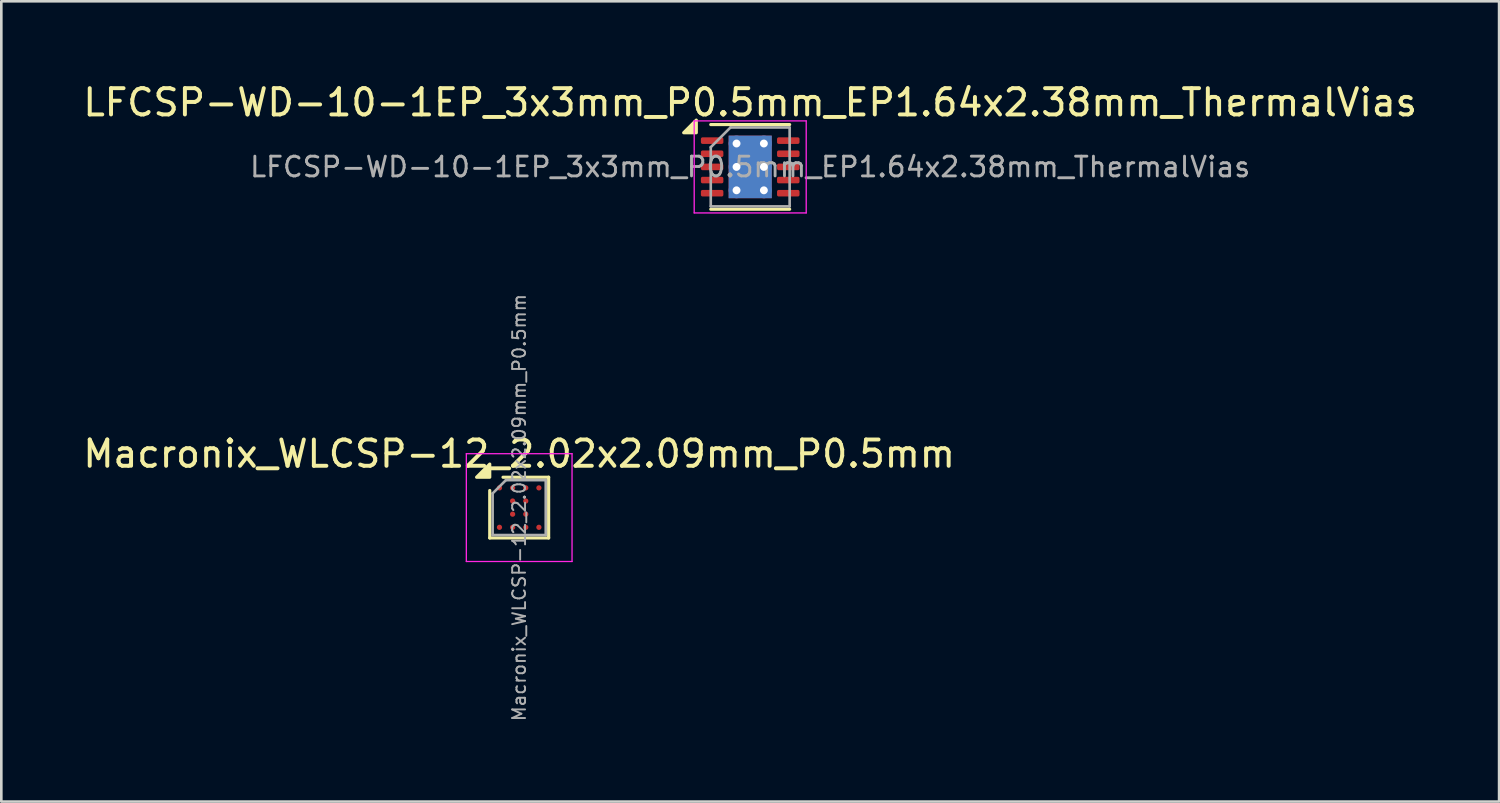
<source format=kicad_pcb>
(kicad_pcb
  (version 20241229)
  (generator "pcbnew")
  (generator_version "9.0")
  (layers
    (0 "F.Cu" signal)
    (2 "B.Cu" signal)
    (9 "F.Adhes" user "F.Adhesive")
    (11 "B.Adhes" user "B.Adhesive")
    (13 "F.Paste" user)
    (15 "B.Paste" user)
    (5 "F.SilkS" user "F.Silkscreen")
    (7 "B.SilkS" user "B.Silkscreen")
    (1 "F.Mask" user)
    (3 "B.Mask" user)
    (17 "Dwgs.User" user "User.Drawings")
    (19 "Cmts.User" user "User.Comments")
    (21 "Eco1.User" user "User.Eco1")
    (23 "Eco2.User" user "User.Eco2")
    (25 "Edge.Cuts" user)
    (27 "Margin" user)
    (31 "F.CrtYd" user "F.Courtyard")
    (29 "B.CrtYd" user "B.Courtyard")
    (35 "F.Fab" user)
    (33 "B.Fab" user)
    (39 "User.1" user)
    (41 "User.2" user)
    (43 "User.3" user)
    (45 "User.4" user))
  (footprint "Macronix_WLCSP-12_2.02x2.09mm_P0.5mm"
    (layer "F.Cu")
    (at 16.696 16.255)
    (property "Reference" "Macronix_WLCSP-12_2.02x2.09mm_P0.5mm" (at 0 -2.045 0) (layer "F.SilkS") (effects (font (size 1 1) (thickness 0.15))))
    (attr smd)
    (fp_line (start -1.12 1.155) (end -1.12 -0.65) (stroke (width 0.12) (type solid)) (layer "F.SilkS"))
    (fp_line (start -0.615 -1.155) (end 1.12 -1.155) (stroke (width 0.12) (type solid)) (layer "F.SilkS"))
    (fp_line (start 1.12 -1.155) (end 1.12 1.155) (stroke (width 0.12) (type solid)) (layer "F.SilkS"))
    (fp_line (start 1.12 1.155) (end -1.12 1.155) (stroke (width 0.12) (type solid)) (layer "F.SilkS"))
    (fp_poly (pts (xy -1.12 -1.155) (xy -1.62 -1.155) (xy -1.12 -1.655) (xy -1.12 -1.155)) (stroke (width 0.12) (type solid)) (fill yes) (layer "F.SilkS"))
    (fp_line (start -2.01 -2.05) (end -2.01 2.05) (stroke (width 0.05) (type solid)) (layer "F.CrtYd"))
    (fp_line (start -2.01 2.05) (end 2.01 2.05) (stroke (width 0.05) (type solid)) (layer "F.CrtYd"))
    (fp_line (start 2.01 -2.05) (end -2.01 -2.05) (stroke (width 0.05) (type solid)) (layer "F.CrtYd"))
    (fp_line (start 2.01 2.05) (end 2.01 -2.05) (stroke (width 0.05) (type solid)) (layer "F.CrtYd"))
    (fp_line (start -1.01 -0.54) (end -0.505 -1.045) (stroke (width 0.1) (type solid)) (layer "F.Fab"))
    (fp_line (start -1.01 1.045) (end -1.01 -0.54) (stroke (width 0.1) (type solid)) (layer "F.Fab"))
    (fp_line (start -0.505 -1.045) (end 1.01 -1.045) (stroke (width 0.1) (type solid)) (layer "F.Fab"))
    (fp_line (start 1.01 -1.045) (end 1.01 1.045) (stroke (width 0.1) (type solid)) (layer "F.Fab"))
    (fp_line (start 1.01 1.045) (end -1.01 1.045) (stroke (width 0.1) (type solid)) (layer "F.Fab"))
    (fp_text user "${REFERENCE}" (at 0 0 270) (layer "F.Fab") (effects (font (size 0.49 0.49) (thickness 0.073))))
    (pad "A1" smd circle (at -0.75 -0.75) (size 0.2 0.2) (property pad_prop_bga) (layers "F.Cu" "F.Mask" "F.Paste"))
    (pad "A2" smd circle (at -0.25 -0.75) (size 0.2 0.2) (property pad_prop_bga) (layers "F.Cu" "F.Mask" "F.Paste"))
    (pad "A3" smd circle (at 0.25 -0.75) (size 0.2 0.2) (property pad_prop_bga) (layers "F.Cu" "F.Mask" "F.Paste"))
    (pad "A4" smd circle (at 0.75 -0.75) (size 0.2 0.2) (property pad_prop_bga) (layers "F.Cu" "F.Mask" "F.Paste"))
    (pad "B2" smd circle (at -0.25 -0.25) (size 0.2 0.2) (property pad_prop_bga) (layers "F.Cu" "F.Mask" "F.Paste"))
    (pad "B3" smd circle (at 0.25 -0.25) (size 0.2 0.2) (property pad_prop_bga) (layers "F.Cu" "F.Mask" "F.Paste"))
    (pad "C2" smd circle (at -0.25 0.25) (size 0.2 0.2) (property pad_prop_bga) (layers "F.Cu" "F.Mask" "F.Paste"))
    (pad "C3" smd circle (at 0.25 0.25) (size 0.2 0.2) (property pad_prop_bga) (layers "F.Cu" "F.Mask" "F.Paste"))
    (pad "D1" smd circle (at -0.75 0.75) (size 0.2 0.2) (property pad_prop_bga) (layers "F.Cu" "F.Mask" "F.Paste"))
    (pad "D2" smd circle (at -0.25 0.75) (size 0.2 0.2) (property pad_prop_bga) (layers "F.Cu" "F.Mask" "F.Paste"))
    (pad "D3" smd circle (at 0.25 0.75) (size 0.2 0.2) (property pad_prop_bga) (layers "F.Cu" "F.Mask" "F.Paste"))
    (pad "D4" smd circle (at 0.75 0.75) (size 0.2 0.2) (property pad_prop_bga) (layers "F.Cu" "F.Mask" "F.Paste")))
  (footprint "LFCSP-WD-10-1EP_3x3mm_P0.5mm_EP1.64x2.38mm_ThermalVias"
    (layer "F.Cu")
    (at 25.482 3.298)
    (property "Reference" "LFCSP-WD-10-1EP_3x3mm_P0.5mm_EP1.64x2.38mm_ThermalVias" (at 0 -2.45 0) (layer "F.SilkS") (effects (font (size 1 1) (thickness 0.15))))
    (attr smd)
    (fp_line (start -1.5 -1.61) (end 1.5 -1.61) (stroke (width 0.12) (type solid)) (layer "F.SilkS"))
    (fp_line (start -1.5 1.61) (end 1.5 1.61) (stroke (width 0.12) (type solid)) (layer "F.SilkS"))
    (fp_poly (pts (xy -2.05 -1.3) (xy -2.53 -1.3) (xy -2.05 -1.78) (xy -2.05 -1.3)) (stroke (width 0.12) (type solid)) (fill yes) (layer "F.SilkS"))
    (fp_line (start -2.13 -1.75) (end -2.13 1.75) (stroke (width 0.05) (type solid)) (layer "F.CrtYd"))
    (fp_line (start -2.13 1.75) (end 2.13 1.75) (stroke (width 0.05) (type solid)) (layer "F.CrtYd"))
    (fp_line (start 2.13 -1.75) (end -2.13 -1.75) (stroke (width 0.05) (type solid)) (layer "F.CrtYd"))
    (fp_line (start 2.13 1.75) (end 2.13 -1.75) (stroke (width 0.05) (type solid)) (layer "F.CrtYd"))
    (fp_line (start -1.5 -0.75) (end -0.75 -1.5) (stroke (width 0.1) (type solid)) (layer "F.Fab"))
    (fp_line (start -1.5 1.5) (end -1.5 -0.75) (stroke (width 0.1) (type solid)) (layer "F.Fab"))
    (fp_line (start -0.75 -1.5) (end 1.5 -1.5) (stroke (width 0.1) (type solid)) (layer "F.Fab"))
    (fp_line (start 1.5 -1.5) (end 1.5 1.5) (stroke (width 0.1) (type solid)) (layer "F.Fab"))
    (fp_line (start 1.5 1.5) (end -1.5 1.5) (stroke (width 0.1) (type solid)) (layer "F.Fab"))
    (fp_text user "${REFERENCE}" (at 0 0 0) (layer "F.Fab") (effects (font (size 0.75 0.75) (thickness 0.11))))
    (pad "" smd roundrect (at -0.41 -0.79) (size 0.71 0.69) (layers "F.Paste") (roundrect_rratio 0.25))
    (pad "" smd roundrect (at -0.41 0) (size 0.71 0.69) (layers "F.Paste") (roundrect_rratio 0.25))
    (pad "" smd roundrect (at -0.41 0.79) (size 0.71 0.69) (layers "F.Paste") (roundrect_rratio 0.25))
    (pad "" smd roundrect (at 0.41 -0.79) (size 0.71 0.69) (layers "F.Paste") (roundrect_rratio 0.25))
    (pad "" smd roundrect (at 0.41 0) (size 0.71 0.69) (layers "F.Paste") (roundrect_rratio 0.25))
    (pad "" smd roundrect (at 0.41 0.79) (size 0.71 0.69) (layers "F.Paste") (roundrect_rratio 0.25))
    (pad "1" smd roundrect (at -1.448 -1) (size 0.855 0.25) (layers "F.Cu" "F.Mask" "F.Paste") (roundrect_rratio 0.25))
    (pad "2" smd roundrect (at -1.448 -0.5) (size 0.855 0.25) (layers "F.Cu" "F.Mask" "F.Paste") (roundrect_rratio 0.25))
    (pad "3" smd roundrect (at -1.448 0) (size 0.855 0.25) (layers "F.Cu" "F.Mask" "F.Paste") (roundrect_rratio 0.25))
    (pad "4" smd roundrect (at -1.448 0.5) (size 0.855 0.25) (layers "F.Cu" "F.Mask" "F.Paste") (roundrect_rratio 0.25))
    (pad "5" smd roundrect (at -1.448 1) (size 0.855 0.25) (layers "F.Cu" "F.Mask" "F.Paste") (roundrect_rratio 0.25))
    (pad "6" smd roundrect (at 1.448 1) (size 0.855 0.25) (layers "F.Cu" "F.Mask" "F.Paste") (roundrect_rratio 0.25))
    (pad "7" smd roundrect (at 1.448 0.5) (size 0.855 0.25) (layers "F.Cu" "F.Mask" "F.Paste") (roundrect_rratio 0.25))
    (pad "8" smd roundrect (at 1.448 0) (size 0.855 0.25) (layers "F.Cu" "F.Mask" "F.Paste") (roundrect_rratio 0.25))
    (pad "9" smd roundrect (at 1.448 -0.5) (size 0.855 0.25) (layers "F.Cu" "F.Mask" "F.Paste") (roundrect_rratio 0.25))
    (pad "10" smd roundrect (at 1.448 -1) (size 0.855 0.25) (layers "F.Cu" "F.Mask" "F.Paste") (roundrect_rratio 0.25))
    (pad "11" thru_hole circle (at -0.52 -0.89) (size 0.6 0.6) (drill 0.3) (property pad_prop_heatsink) (layers "*.Cu"))
    (pad "11" thru_hole circle (at -0.52 0) (size 0.6 0.6) (drill 0.3) (property pad_prop_heatsink) (layers "*.Cu"))
    (pad "11" thru_hole circle (at -0.52 0.89) (size 0.6 0.6) (drill 0.3) (property pad_prop_heatsink) (layers "*.Cu"))
    (pad "11" smd rect (at 0 0) (size 1.64 2.38) (property pad_prop_heatsink) (layers "F.Cu" "F.Mask"))
    (pad "11" smd rect (at 0 0) (size 1.64 2.38) (property pad_prop_heatsink) (layers "B.Cu"))
    (pad "11" thru_hole circle (at 0.52 -0.89) (size 0.6 0.6) (drill 0.3) (property pad_prop_heatsink) (layers "*.Cu"))
    (pad "11" thru_hole circle (at 0.52 0) (size 0.6 0.6) (drill 0.3) (property pad_prop_heatsink) (layers "*.Cu"))
    (pad "11" thru_hole circle (at 0.52 0.89) (size 0.6 0.6) (drill 0.3) (property pad_prop_heatsink) (layers "*.Cu")))
  (gr_rect
    (start -3 -3)
    (end 53.964 27.436)
    (stroke (width 0.1) (type default))
    (fill no)
    (layer "Edge.Cuts")))
</source>
